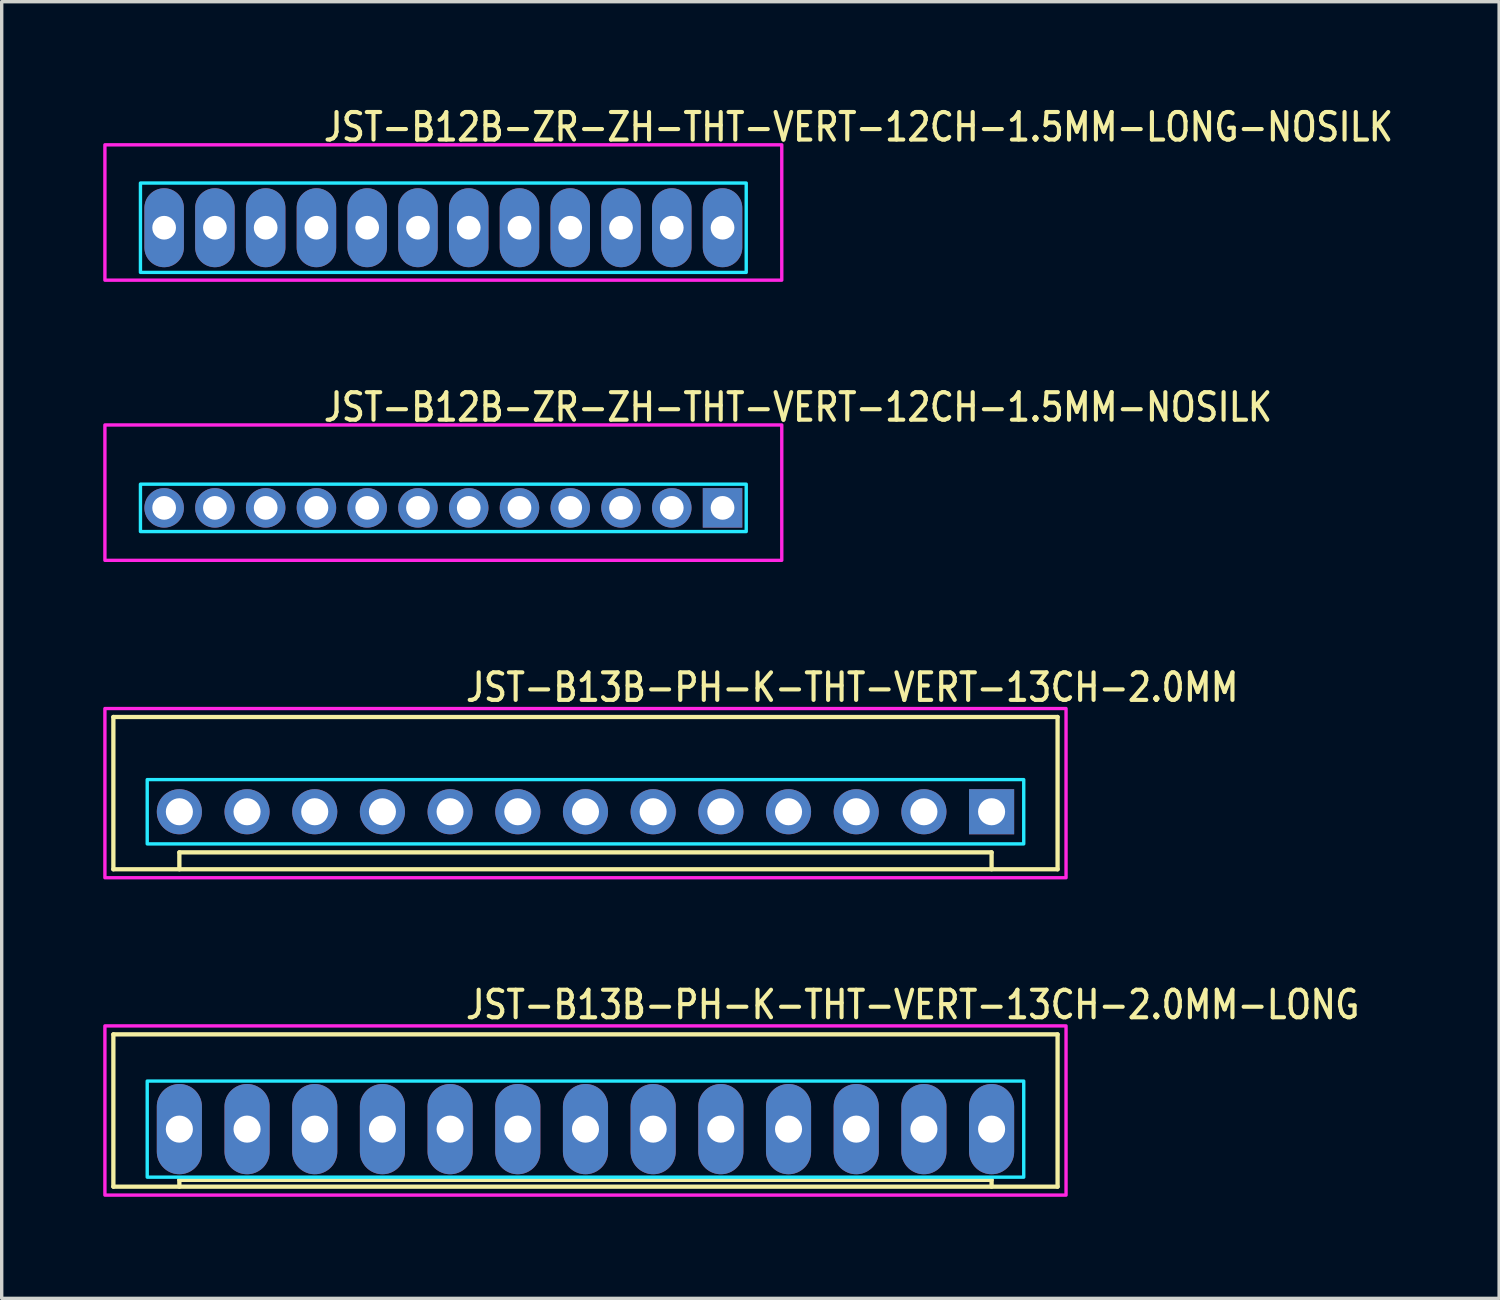
<source format=kicad_pcb>
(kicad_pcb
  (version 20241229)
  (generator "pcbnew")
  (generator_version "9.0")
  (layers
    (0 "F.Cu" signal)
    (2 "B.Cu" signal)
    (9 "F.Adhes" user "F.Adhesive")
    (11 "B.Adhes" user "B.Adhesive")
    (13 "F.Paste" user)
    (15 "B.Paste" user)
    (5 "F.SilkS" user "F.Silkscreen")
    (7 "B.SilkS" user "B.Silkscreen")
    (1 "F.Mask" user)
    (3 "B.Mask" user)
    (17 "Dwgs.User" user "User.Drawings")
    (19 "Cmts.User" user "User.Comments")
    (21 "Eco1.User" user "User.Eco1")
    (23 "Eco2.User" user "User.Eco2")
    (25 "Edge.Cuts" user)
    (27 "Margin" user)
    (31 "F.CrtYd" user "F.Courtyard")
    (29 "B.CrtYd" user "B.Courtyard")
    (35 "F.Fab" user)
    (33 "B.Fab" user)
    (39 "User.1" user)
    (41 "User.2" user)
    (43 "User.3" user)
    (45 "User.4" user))
  (footprint "JST-B13B-PH-K-THT-VERT-13CH-2.0MM"
    (layer "F.Cu")
    (at 14.25 20.936)
    (property "Reference" "JST-B13B-PH-K-THT-VERT-13CH-2.0MM" (at -3.6 -3.2 0) (unlocked yes) (layer "F.SilkS") (effects (font (size 0.813 0.695) (thickness 0.122)) (justify left bottom)))
    (fp_line (start -13.95 -2.8) (end -13.95 1.7) (stroke (width 0.127) (type solid)) (layer "F.SilkS"))
    (fp_line (start -13.95 -2.8) (end 13.95 -2.8) (stroke (width 0.127) (type solid)) (layer "F.SilkS"))
    (fp_line (start -13.95 1.7) (end 13.95 1.7) (stroke (width 0.127) (type solid)) (layer "F.SilkS"))
    (fp_line (start -12 1.7) (end -12 1.2) (stroke (width 0.127) (type solid)) (layer "F.SilkS"))
    (fp_line (start 12 1.2) (end -12 1.2) (stroke (width 0.127) (type solid)) (layer "F.SilkS"))
    (fp_line (start 12 1.7) (end 12 1.2) (stroke (width 0.127) (type solid)) (layer "F.SilkS"))
    (fp_line (start 13.95 1.7) (end 13.95 -2.8) (stroke (width 0.127) (type solid)) (layer "F.SilkS"))
    (fp_poly (pts (xy -12.95 -0.95) (xy -12.95 0.95) (xy 12.95 0.95) (xy 12.95 -0.95)) (stroke (width 0.1) (type solid)) (fill no) (layer "B.CrtYd"))
    (fp_poly (pts (xy -14.2 1.95) (xy -14.2 -3.05) (xy 14.2 -3.05) (xy 14.2 1.95)) (stroke (width 0.1) (type solid)) (fill no) (layer "F.CrtYd"))
    (pad "P$1" thru_hole rect (at 12 0) (size 1.333 1.333) (drill 0.8) (layers "*.Cu" "*.Mask"))
    (pad "P$2" thru_hole oval (at 10 0) (size 1.333 1.333) (drill 0.8) (layers "*.Cu" "*.Mask"))
    (pad "P$3" thru_hole oval (at 8 0) (size 1.333 1.333) (drill 0.8) (layers "*.Cu" "*.Mask"))
    (pad "P$4" thru_hole oval (at 6 0) (size 1.333 1.333) (drill 0.8) (layers "*.Cu" "*.Mask"))
    (pad "P$5" thru_hole oval (at 4 0) (size 1.333 1.333) (drill 0.8) (layers "*.Cu" "*.Mask"))
    (pad "P$6" thru_hole oval (at 2 0) (size 1.333 1.333) (drill 0.8) (layers "*.Cu" "*.Mask"))
    (pad "P$7" thru_hole oval (at 0 0) (size 1.333 1.333) (drill 0.8) (layers "*.Cu" "*.Mask"))
    (pad "P$8" thru_hole oval (at -2 0) (size 1.333 1.333) (drill 0.8) (layers "*.Cu" "*.Mask"))
    (pad "P$9" thru_hole oval (at -4 0) (size 1.333 1.333) (drill 0.8) (layers "*.Cu" "*.Mask"))
    (pad "P$10" thru_hole oval (at -6 0) (size 1.333 1.333) (drill 0.8) (layers "*.Cu" "*.Mask"))
    (pad "P$11" thru_hole oval (at -8 0) (size 1.333 1.333) (drill 0.8) (layers "*.Cu" "*.Mask"))
    (pad "P$12" thru_hole oval (at -10 0) (size 1.333 1.333) (drill 0.8) (layers "*.Cu" "*.Mask"))
    (pad "P$13" thru_hole oval (at -12 0) (size 1.333 1.333) (drill 0.8) (layers "*.Cu" "*.Mask")))
  (footprint "JST-B12B-ZR-ZH-THT-VERT-12CH-1.5MM-NOSILK"
    (layer "F.Cu")
    (at 10.05 11.957)
    (property "Reference" "JST-B12B-ZR-ZH-THT-VERT-12CH-1.5MM-NOSILK" (at -3.6 -2.5 0) (unlocked yes) (layer "F.SilkS") (effects (font (size 0.813 0.695) (thickness 0.122)) (justify left bottom)))
    (fp_poly (pts (xy -8.95 -0.7) (xy -8.95 0.7) (xy 8.95 0.7) (xy 8.95 -0.7)) (stroke (width 0.1) (type solid)) (fill no) (layer "B.CrtYd"))
    (fp_poly (pts (xy -10 -2.45) (xy -10 1.55) (xy 10 1.55) (xy 10 -2.45)) (stroke (width 0.1) (type solid)) (fill no) (layer "F.CrtYd"))
    (pad "P$1" thru_hole rect (at 8.25 0) (size 1.167 1.167) (drill 0.7) (layers "*.Cu" "*.Mask"))
    (pad "P$2" thru_hole oval (at 6.75 0) (size 1.167 1.167) (drill 0.7) (layers "*.Cu" "*.Mask"))
    (pad "P$3" thru_hole oval (at 5.25 0) (size 1.167 1.167) (drill 0.7) (layers "*.Cu" "*.Mask"))
    (pad "P$4" thru_hole oval (at 3.75 0) (size 1.167 1.167) (drill 0.7) (layers "*.Cu" "*.Mask"))
    (pad "P$5" thru_hole oval (at 2.25 0) (size 1.167 1.167) (drill 0.7) (layers "*.Cu" "*.Mask"))
    (pad "P$6" thru_hole oval (at 0.75 0) (size 1.167 1.167) (drill 0.7) (layers "*.Cu" "*.Mask"))
    (pad "P$7" thru_hole oval (at -0.75 0) (size 1.167 1.167) (drill 0.7) (layers "*.Cu" "*.Mask"))
    (pad "P$8" thru_hole oval (at -2.25 0) (size 1.167 1.167) (drill 0.7) (layers "*.Cu" "*.Mask"))
    (pad "P$9" thru_hole oval (at -3.75 0) (size 1.167 1.167) (drill 0.7) (layers "*.Cu" "*.Mask"))
    (pad "P$10" thru_hole oval (at -5.25 0) (size 1.167 1.167) (drill 0.7) (layers "*.Cu" "*.Mask"))
    (pad "P$11" thru_hole oval (at -6.75 0) (size 1.167 1.167) (drill 0.7) (layers "*.Cu" "*.Mask"))
    (pad "P$12" thru_hole oval (at -8.25 0) (size 1.167 1.167) (drill 0.7) (layers "*.Cu" "*.Mask")))
  (footprint "JST-B12B-ZR-ZH-THT-VERT-12CH-1.5MM-LONG-NOSILK"
    (layer "F.Cu")
    (at 10.05 3.679)
    (property "Reference" "JST-B12B-ZR-ZH-THT-VERT-12CH-1.5MM-LONG-NOSILK" (at -3.6 -2.5 0) (unlocked yes) (layer "F.SilkS") (effects (font (size 0.813 0.695) (thickness 0.122)) (justify left bottom)))
    (fp_poly (pts (xy -8.95 -1.32) (xy -8.95 1.32) (xy 8.95 1.32) (xy 8.95 -1.32)) (stroke (width 0.1) (type solid)) (fill no) (layer "B.CrtYd"))
    (fp_poly (pts (xy -10 -2.45) (xy -10 1.55) (xy 10 1.55) (xy 10 -2.45)) (stroke (width 0.1) (type solid)) (fill no) (layer "F.CrtYd"))
    (pad "P$1" thru_hole oval (at 8.25 0 90) (size 2.333 1.167) (drill 0.7) (layers "*.Cu" "*.Mask"))
    (pad "P$2" thru_hole oval (at 6.75 0 90) (size 2.333 1.167) (drill 0.7) (layers "*.Cu" "*.Mask"))
    (pad "P$3" thru_hole oval (at 5.25 0 90) (size 2.333 1.167) (drill 0.7) (layers "*.Cu" "*.Mask"))
    (pad "P$4" thru_hole oval (at 3.75 0 90) (size 2.333 1.167) (drill 0.7) (layers "*.Cu" "*.Mask"))
    (pad "P$5" thru_hole oval (at 2.25 0 90) (size 2.333 1.167) (drill 0.7) (layers "*.Cu" "*.Mask"))
    (pad "P$6" thru_hole oval (at 0.75 0 90) (size 2.333 1.167) (drill 0.7) (layers "*.Cu" "*.Mask"))
    (pad "P$7" thru_hole oval (at -0.75 0 90) (size 2.333 1.167) (drill 0.7) (layers "*.Cu" "*.Mask"))
    (pad "P$8" thru_hole oval (at -2.25 0 90) (size 2.333 1.167) (drill 0.7) (layers "*.Cu" "*.Mask"))
    (pad "P$9" thru_hole oval (at -3.75 0 90) (size 2.333 1.167) (drill 0.7) (layers "*.Cu" "*.Mask"))
    (pad "P$10" thru_hole oval (at -5.25 0 90) (size 2.333 1.167) (drill 0.7) (layers "*.Cu" "*.Mask"))
    (pad "P$11" thru_hole oval (at -6.75 0 90) (size 2.333 1.167) (drill 0.7) (layers "*.Cu" "*.Mask"))
    (pad "P$12" thru_hole oval (at -8.25 0 90) (size 2.333 1.167) (drill 0.7) (layers "*.Cu" "*.Mask")))
  (footprint "JST-B13B-PH-K-THT-VERT-13CH-2.0MM-LONG"
    (layer "F.Cu")
    (at 14.25 30.314)
    (property "Reference" "JST-B13B-PH-K-THT-VERT-13CH-2.0MM-LONG" (at -3.6 -3.2 0) (unlocked yes) (layer "F.SilkS") (effects (font (size 0.813 0.695) (thickness 0.122)) (justify left bottom)))
    (fp_line (start -13.95 -2.8) (end -13.95 1.7) (stroke (width 0.127) (type solid)) (layer "F.SilkS"))
    (fp_line (start -13.95 -2.8) (end 13.95 -2.8) (stroke (width 0.127) (type solid)) (layer "F.SilkS"))
    (fp_line (start -13.95 1.7) (end 13.95 1.7) (stroke (width 0.127) (type solid)) (layer "F.SilkS"))
    (fp_line (start -12 1.7) (end -12 1.5) (stroke (width 0.127) (type solid)) (layer "F.SilkS"))
    (fp_line (start 12 1.5) (end -12 1.5) (stroke (width 0.127) (type solid)) (layer "F.SilkS"))
    (fp_line (start 12 1.7) (end 12 1.5) (stroke (width 0.127) (type solid)) (layer "F.SilkS"))
    (fp_line (start 13.95 1.7) (end 13.95 -2.8) (stroke (width 0.127) (type solid)) (layer "F.SilkS"))
    (fp_poly (pts (xy -12.95 -1.42) (xy -12.95 1.42) (xy 12.95 1.42) (xy 12.95 -1.42)) (stroke (width 0.1) (type solid)) (fill no) (layer "B.CrtYd"))
    (fp_poly (pts (xy -14.2 1.95) (xy -14.2 -3.05) (xy 14.2 -3.05) (xy 14.2 1.95)) (stroke (width 0.1) (type solid)) (fill no) (layer "F.CrtYd"))
    (pad "P$1" thru_hole oval (at 12 0 90) (size 2.667 1.333) (drill 0.8) (layers "*.Cu" "*.Mask"))
    (pad "P$2" thru_hole oval (at 10 0 90) (size 2.667 1.333) (drill 0.8) (layers "*.Cu" "*.Mask"))
    (pad "P$3" thru_hole oval (at 8 0 90) (size 2.667 1.333) (drill 0.8) (layers "*.Cu" "*.Mask"))
    (pad "P$4" thru_hole oval (at 6 0 90) (size 2.667 1.333) (drill 0.8) (layers "*.Cu" "*.Mask"))
    (pad "P$5" thru_hole oval (at 4 0 90) (size 2.667 1.333) (drill 0.8) (layers "*.Cu" "*.Mask"))
    (pad "P$6" thru_hole oval (at 2 0 90) (size 2.667 1.333) (drill 0.8) (layers "*.Cu" "*.Mask"))
    (pad "P$7" thru_hole oval (at 0 0 90) (size 2.667 1.333) (drill 0.8) (layers "*.Cu" "*.Mask"))
    (pad "P$8" thru_hole oval (at -2 0 90) (size 2.667 1.333) (drill 0.8) (layers "*.Cu" "*.Mask"))
    (pad "P$9" thru_hole oval (at -4 0 90) (size 2.667 1.333) (drill 0.8) (layers "*.Cu" "*.Mask"))
    (pad "P$10" thru_hole oval (at -6 0 90) (size 2.667 1.333) (drill 0.8) (layers "*.Cu" "*.Mask"))
    (pad "P$11" thru_hole oval (at -8 0 90) (size 2.667 1.333) (drill 0.8) (layers "*.Cu" "*.Mask"))
    (pad "P$12" thru_hole oval (at -10 0 90) (size 2.667 1.333) (drill 0.8) (layers "*.Cu" "*.Mask"))
    (pad "P$13" thru_hole oval (at -12 0 90) (size 2.667 1.333) (drill 0.8) (layers "*.Cu" "*.Mask")))
  (gr_rect
    (start -3 -3)
    (end 41.247 35.314)
    (stroke (width 0.1) (type default))
    (fill no)
    (layer "Edge.Cuts")))
</source>
